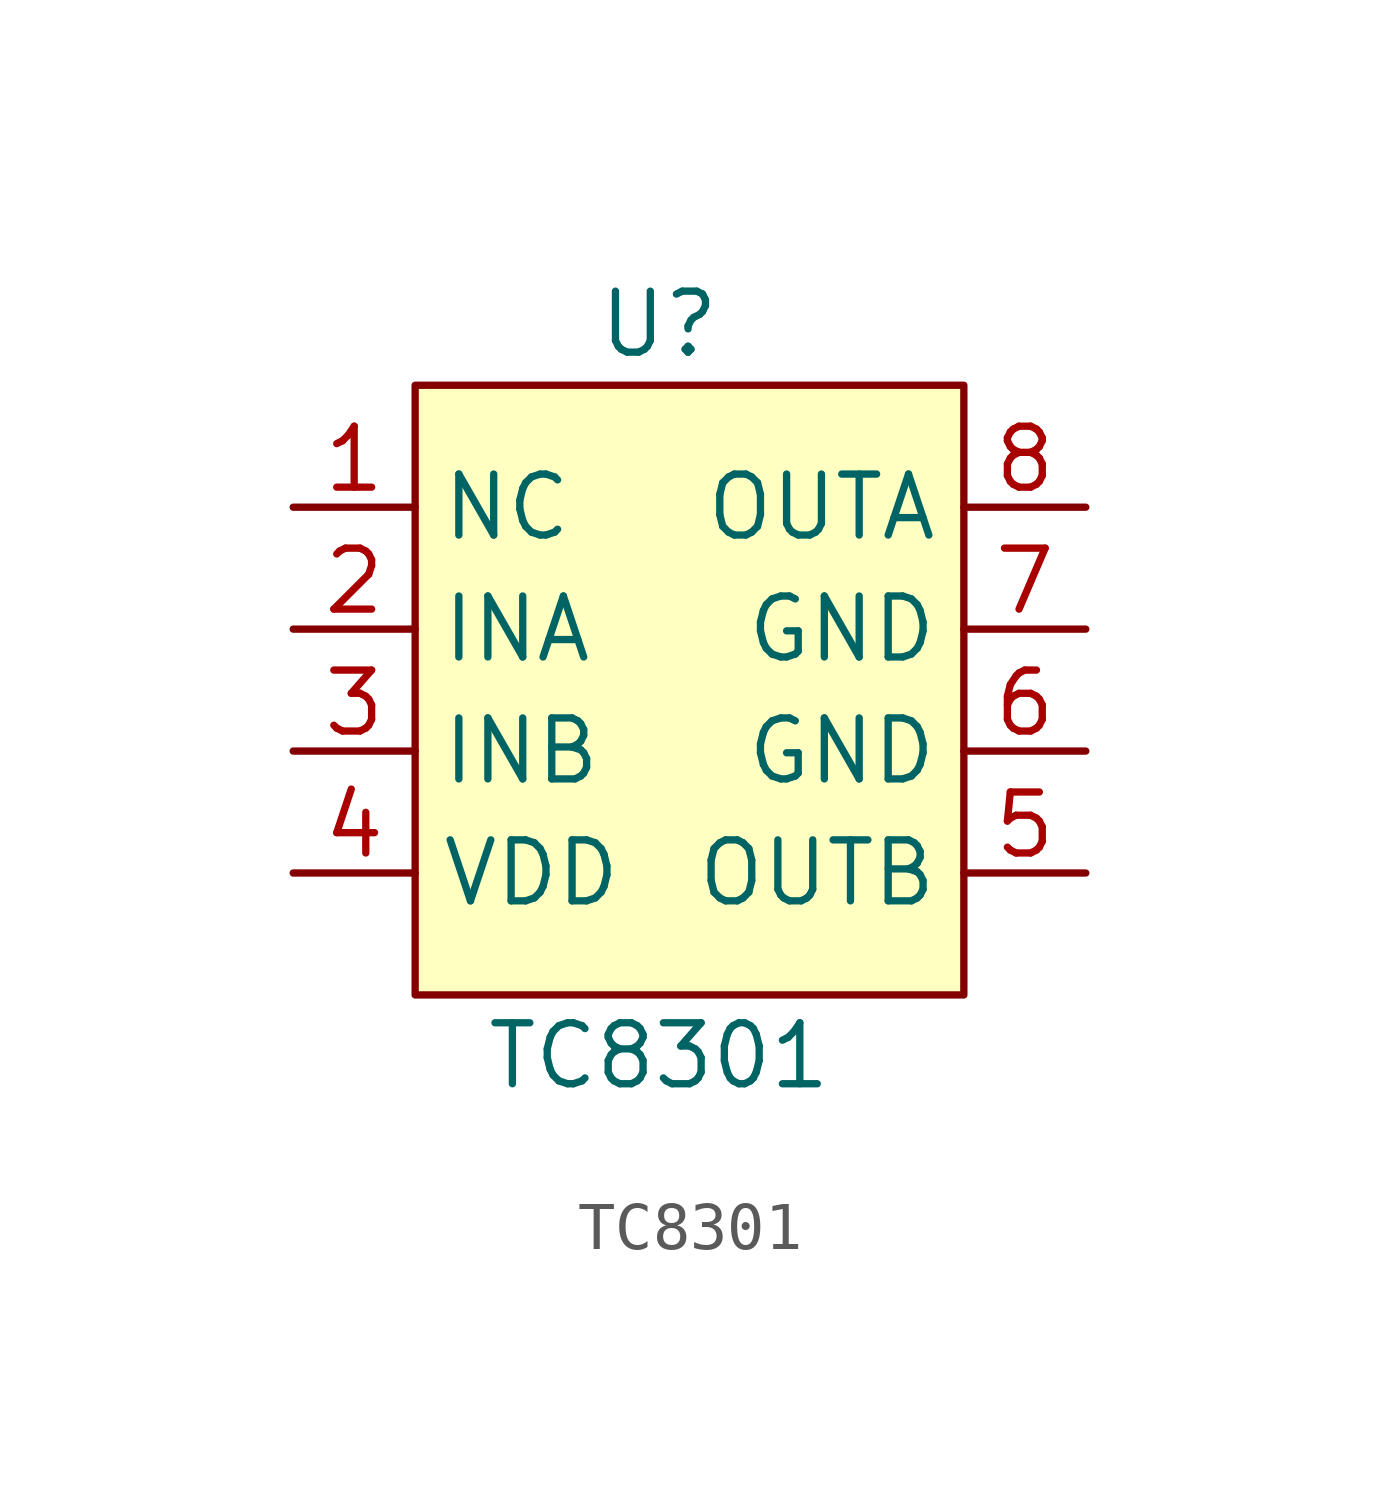
<source format=kicad_sym>
(kicad_symbol_lib
  (version 20211014)
  (generator kicad_symbol_editor)
  (symbol "TC8301"
    (property "Reference" "U"
      (at 0 6.35 0)
      (effects (font (size 1.27 1.27))))
    (property "Value" "TC8301"
      (at 0 -8.89 0)
      (effects (font (size 1.27 1.27))))
    (symbol "TC8301_0_1"
      (rectangle (start -5.08 5.08) (end 6.35 -7.62) (stroke (width 0) (type default) (color 0 0 0 0)) (fill (type background))))
    (symbol "TC8301_1_1"
      (pin passive line (at -7.62 2.54 0) (length 2.54) (name "NC" (effects (font (size 1.27 1.27)))) (number "1" (effects (font (size 1.27 1.27)))))
      (pin passive line (at -7.62 0 0) (length 2.54) (name "INA" (effects (font (size 1.27 1.27)))) (number "2" (effects (font (size 1.27 1.27)))))
      (pin passive line (at -7.62 -2.54 0) (length 2.54) (name "INB" (effects (font (size 1.27 1.27)))) (number "3" (effects (font (size 1.27 1.27)))))
      (pin passive line (at -7.62 -5.08 0) (length 2.54) (name "VDD" (effects (font (size 1.27 1.27)))) (number "4" (effects (font (size 1.27 1.27)))))
      (pin passive line (at 8.89 -5.08 180) (length 2.54) (name "OUTB" (effects (font (size 1.27 1.27)))) (number "5" (effects (font (size 1.27 1.27)))))
      (pin passive line (at 8.89 -2.54 180) (length 2.54) (name "GND" (effects (font (size 1.27 1.27)))) (number "6" (effects (font (size 1.27 1.27)))))
      (pin passive line (at 8.89 0 180) (length 2.54) (name "GND" (effects (font (size 1.27 1.27)))) (number "7" (effects (font (size 1.27 1.27)))))
      (pin passive line (at 8.89 2.54 180) (length 2.54) (name "OUTA" (effects (font (size 1.27 1.27)))) (number "8" (effects (font (size 1.27 1.27))))))))
</source>
